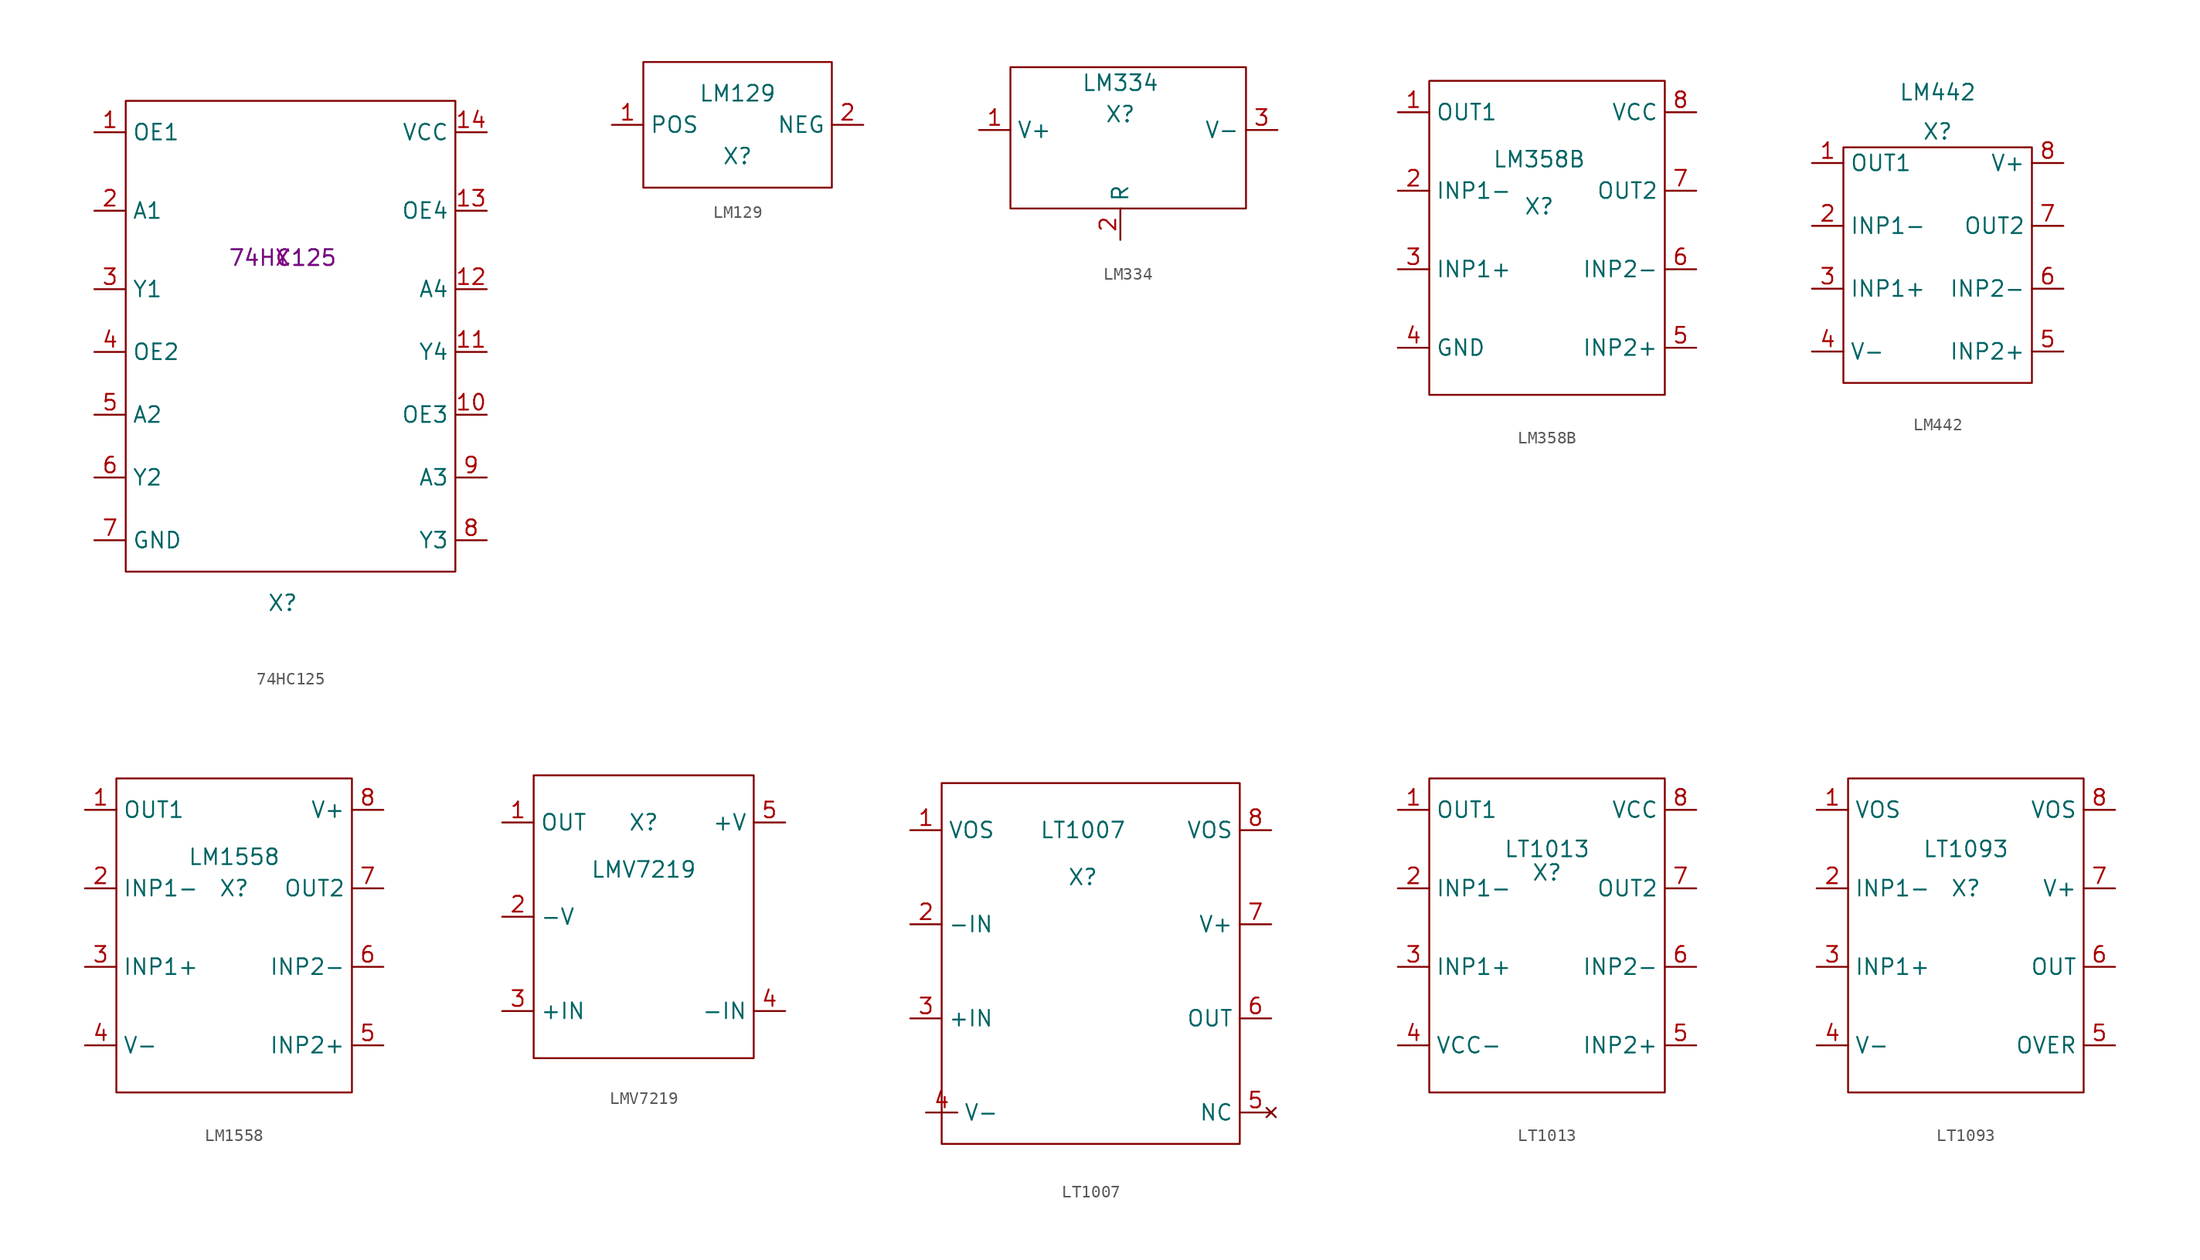
<source format=kicad_sym>
(kicad_symbol_lib
  (version 20211014)
  (generator kicad_symbol_editor)
  (symbol "74HC125"
    (property "Reference" "X"
      (at 0 -27.94 0)
      (effects (font (size 1.27 1.27))))
    (property "Value" "74HC125"
      (at 0 0 0)
      (effects (font (size 1.27 1.27))))
    (property "Spice_Primitive" "X"
      (at 0 0 0)
      (effects (font (size 1.27 1.27))))
    (property "Spice_Model" "74HC125"
      (at 0 0 0)
      (effects (font (size 1.27 1.27))))
    (property "Spice_Netlist_Enabled" "Y"
      (at 0 0 0)
      (effects (font (size 1.27 1.27))))
    (symbol "74HC125_0_1"
      (rectangle (start -12.7 12.7) (end 13.97 -25.4) (stroke (width 0) (type default) (color 0 0 0 0)) (fill (type none))))
    (symbol "74HC125_1_1"
      (pin passive line (at -15.24 10.16 0) (length 2.54) (name "OE1" (effects (font (size 1.27 1.27)))) (number "1" (effects (font (size 1.27 1.27)))))
      (pin passive line (at 16.51 -12.7 180) (length 2.54) (name "OE3" (effects (font (size 1.27 1.27)))) (number "10" (effects (font (size 1.27 1.27)))))
      (pin passive line (at 16.51 -7.62 180) (length 2.54) (name "Y4" (effects (font (size 1.27 1.27)))) (number "11" (effects (font (size 1.27 1.27)))))
      (pin passive line (at 16.51 -2.54 180) (length 2.54) (name "A4" (effects (font (size 1.27 1.27)))) (number "12" (effects (font (size 1.27 1.27)))))
      (pin passive line (at 16.51 3.81 180) (length 2.54) (name "OE4" (effects (font (size 1.27 1.27)))) (number "13" (effects (font (size 1.27 1.27)))))
      (pin power_in line (at 16.51 10.16 180) (length 2.54) (name "VCC" (effects (font (size 1.27 1.27)))) (number "14" (effects (font (size 1.27 1.27)))))
      (pin passive line (at -15.24 3.81 0) (length 2.54) (name "A1" (effects (font (size 1.27 1.27)))) (number "2" (effects (font (size 1.27 1.27)))))
      (pin passive line (at -15.24 -2.54 0) (length 2.54) (name "Y1" (effects (font (size 1.27 1.27)))) (number "3" (effects (font (size 1.27 1.27)))))
      (pin passive line (at -15.24 -7.62 0) (length 2.54) (name "OE2" (effects (font (size 1.27 1.27)))) (number "4" (effects (font (size 1.27 1.27)))))
      (pin passive line (at -15.24 -12.7 0) (length 2.54) (name "A2" (effects (font (size 1.27 1.27)))) (number "5" (effects (font (size 1.27 1.27)))))
      (pin passive line (at -15.24 -17.78 0) (length 2.54) (name "Y2" (effects (font (size 1.27 1.27)))) (number "6" (effects (font (size 1.27 1.27)))))
      (pin power_in line (at -15.24 -22.86 0) (length 2.54) (name "GND" (effects (font (size 1.27 1.27)))) (number "7" (effects (font (size 1.27 1.27)))))
      (pin passive line (at 16.51 -22.86 180) (length 2.54) (name "Y3" (effects (font (size 1.27 1.27)))) (number "8" (effects (font (size 1.27 1.27)))))
      (pin passive line (at 16.51 -17.78 180) (length 2.54) (name "A3" (effects (font (size 1.27 1.27)))) (number "9" (effects (font (size 1.27 1.27)))))))
  (symbol "LM129"
    (property "Reference" "X"
      (at 0 -2.54 0)
      (effects (font (size 1.27 1.27))))
    (property "Value" "LM129"
      (at 0 2.54 0)
      (effects (font (size 1.27 1.27))))
    (symbol "LM129_0_1"
      (rectangle (start -7.62 5.08) (end 7.62 -5.08) (stroke (width 0) (type default) (color 0 0 0 0)) (fill (type none))))
    (symbol "LM129_1_1"
      (pin passive line (at -10.16 0 0) (length 2.54) (name "POS" (effects (font (size 1.27 1.27)))) (number "1" (effects (font (size 1.27 1.27)))))
      (pin passive line (at 10.16 0 180) (length 2.54) (name "NEG" (effects (font (size 1.27 1.27)))) (number "2" (effects (font (size 1.27 1.27)))))))
  (symbol "LM334"
    (property "Reference" "X"
      (at 0 1.27 0)
      (effects (font (size 1.27 1.27))))
    (property "Value" "LM334"
      (at 0 3.81 0)
      (effects (font (size 1.27 1.27))))
    (symbol "LM334_0_1"
      (rectangle (start -8.89 5.08) (end 10.16 -6.35) (stroke (width 0) (type default) (color 0 0 0 0)) (fill (type none))))
    (symbol "LM334_1_1"
      (pin power_in line (at -11.43 0 0) (length 2.54) (name "V+" (effects (font (size 1.27 1.27)))) (number "1" (effects (font (size 1.27 1.27)))))
      (pin passive line (at 0 -8.89 90) (length 2.54) (name "R" (effects (font (size 1.27 1.27)))) (number "2" (effects (font (size 1.27 1.27)))))
      (pin passive line (at 12.7 0 180) (length 2.54) (name "V-" (effects (font (size 1.27 1.27)))) (number "3" (effects (font (size 1.27 1.27)))))))
  (symbol "LM358B"
    (property "Reference" "X"
      (at 0 -1.27 0)
      (effects (font (size 1.27 1.27))))
    (property "Value" "LM358B"
      (at 0 2.54 0)
      (effects (font (size 1.27 1.27))))
    (symbol "LM358B_0_1"
      (rectangle (start -8.89 8.89) (end 10.16 -16.51) (stroke (width 0) (type default) (color 0 0 0 0)) (fill (type none))))
    (symbol "LM358B_1_1"
      (pin output line (at -11.43 6.35 0) (length 2.54) (name "OUT1" (effects (font (size 1.27 1.27)))) (number "1" (effects (font (size 1.27 1.27)))))
      (pin passive line (at -11.43 0 0) (length 2.54) (name "INP1-" (effects (font (size 1.27 1.27)))) (number "2" (effects (font (size 1.27 1.27)))))
      (pin passive line (at -11.43 -6.35 0) (length 2.54) (name "INP1+" (effects (font (size 1.27 1.27)))) (number "3" (effects (font (size 1.27 1.27)))))
      (pin power_in line (at -11.43 -12.7 0) (length 2.54) (name "GND" (effects (font (size 1.27 1.27)))) (number "4" (effects (font (size 1.27 1.27)))))
      (pin passive line (at 12.7 -12.7 180) (length 2.54) (name "INP2+" (effects (font (size 1.27 1.27)))) (number "5" (effects (font (size 1.27 1.27)))))
      (pin passive line (at 12.7 -6.35 180) (length 2.54) (name "INP2-" (effects (font (size 1.27 1.27)))) (number "6" (effects (font (size 1.27 1.27)))))
      (pin output line (at 12.7 0 180) (length 2.54) (name "OUT2" (effects (font (size 1.27 1.27)))) (number "7" (effects (font (size 1.27 1.27)))))
      (pin power_in line (at 12.7 6.35 180) (length 2.54) (name "VCC" (effects (font (size 1.27 1.27)))) (number "8" (effects (font (size 1.27 1.27)))))))
  (symbol "LM442"
    (property "Reference" "X"
      (at 0 8.89 0)
      (effects (font (size 1.27 1.27))))
    (property "Value" "LM442"
      (at 0 12.065 0)
      (effects (font (size 1.27 1.27))))
    (symbol "LM442_0_1"
      (rectangle (start -7.62 7.62) (end 7.62 -11.43) (stroke (width 0) (type default) (color 0 0 0 0)) (fill (type none))))
    (symbol "LM442_1_1"
      (pin passive line (at -10.16 6.35 0) (length 2.54) (name "OUT1" (effects (font (size 1.27 1.27)))) (number "1" (effects (font (size 1.27 1.27)))))
      (pin passive line (at -10.16 1.27 0) (length 2.54) (name "INP1-" (effects (font (size 1.27 1.27)))) (number "2" (effects (font (size 1.27 1.27)))))
      (pin passive line (at -10.16 -3.81 0) (length 2.54) (name "INP1+" (effects (font (size 1.27 1.27)))) (number "3" (effects (font (size 1.27 1.27)))))
      (pin power_in line (at -10.16 -8.89 0) (length 2.54) (name "V-" (effects (font (size 1.27 1.27)))) (number "4" (effects (font (size 1.27 1.27)))))
      (pin passive line (at 10.16 -8.89 180) (length 2.54) (name "INP2+" (effects (font (size 1.27 1.27)))) (number "5" (effects (font (size 1.27 1.27)))))
      (pin passive line (at 10.16 -3.81 180) (length 2.54) (name "INP2-" (effects (font (size 1.27 1.27)))) (number "6" (effects (font (size 1.27 1.27)))))
      (pin passive line (at 10.16 1.27 180) (length 2.54) (name "OUT2" (effects (font (size 1.27 1.27)))) (number "7" (effects (font (size 1.27 1.27)))))
      (pin power_in line (at 10.16 6.35 180) (length 2.54) (name "V+" (effects (font (size 1.27 1.27)))) (number "8" (effects (font (size 1.27 1.27)))))))
  (symbol "LM1558"
    (property "Reference" "X"
      (at 0 -2.54 0)
      (effects (font (size 1.27 1.27))))
    (property "Value" "LM1558"
      (at 0 0 0)
      (effects (font (size 1.27 1.27))))
    (symbol "LM1558_0_1"
      (rectangle (start -9.525 6.35) (end 9.525 -19.05) (stroke (width 0) (type default) (color 0 0 0 0)) (fill (type none))))
    (symbol "LM1558_1_1"
      (pin passive line (at -12.065 3.81 0) (length 2.54) (name "OUT1" (effects (font (size 1.27 1.27)))) (number "1" (effects (font (size 1.27 1.27)))))
      (pin passive line (at -12.065 -2.54 0) (length 2.54) (name "INP1-" (effects (font (size 1.27 1.27)))) (number "2" (effects (font (size 1.27 1.27)))))
      (pin passive line (at -12.065 -8.89 0) (length 2.54) (name "INP1+" (effects (font (size 1.27 1.27)))) (number "3" (effects (font (size 1.27 1.27)))))
      (pin power_in line (at -12.065 -15.24 0) (length 2.54) (name "V-" (effects (font (size 1.27 1.27)))) (number "4" (effects (font (size 1.27 1.27)))))
      (pin passive line (at 12.065 -15.24 180) (length 2.54) (name "INP2+" (effects (font (size 1.27 1.27)))) (number "5" (effects (font (size 1.27 1.27)))))
      (pin passive line (at 12.065 -8.89 180) (length 2.54) (name "INP2-" (effects (font (size 1.27 1.27)))) (number "6" (effects (font (size 1.27 1.27)))))
      (pin passive line (at 12.065 -2.54 180) (length 2.54) (name "OUT2" (effects (font (size 1.27 1.27)))) (number "7" (effects (font (size 1.27 1.27)))))
      (pin power_in line (at 12.065 3.81 180) (length 2.54) (name "V+" (effects (font (size 1.27 1.27)))) (number "8" (effects (font (size 1.27 1.27)))))))
  (symbol "LMV7219"
    (property "Reference" "X"
      (at 0 3.81 0)
      (effects (font (size 1.27 1.27))))
    (property "Value" "LMV7219"
      (at 0 0 0)
      (effects (font (size 1.27 1.27))))
    (symbol "LMV7219_0_1"
      (rectangle (start -8.89 7.62) (end 8.89 -15.24) (stroke (width 0) (type default) (color 0 0 0 0)) (fill (type none))))
    (symbol "LMV7219_1_1"
      (pin output line (at -11.43 3.81 0) (length 2.54) (name "OUT" (effects (font (size 1.27 1.27)))) (number "1" (effects (font (size 1.27 1.27)))))
      (pin power_in line (at -11.43 -3.81 0) (length 2.54) (name "-V" (effects (font (size 1.27 1.27)))) (number "2" (effects (font (size 1.27 1.27)))))
      (pin input line (at -11.43 -11.43 0) (length 2.54) (name "+IN" (effects (font (size 1.27 1.27)))) (number "3" (effects (font (size 1.27 1.27)))))
      (pin input line (at 11.43 -11.43 180) (length 2.54) (name "-IN" (effects (font (size 1.27 1.27)))) (number "4" (effects (font (size 1.27 1.27)))))
      (pin power_in line (at 11.43 3.81 180) (length 2.54) (name "+V" (effects (font (size 1.27 1.27)))) (number "5" (effects (font (size 1.27 1.27)))))))
  (symbol "LT1007"
    (property "Reference" "X"
      (at 0 5.08 0)
      (effects (font (size 1.27 1.27))))
    (property "Value" "LT1007"
      (at 0 8.89 0)
      (effects (font (size 1.27 1.27))))
    (symbol "LT1007_0_1"
      (rectangle (start -11.43 12.7) (end 12.7 -16.51) (stroke (width 0) (type default) (color 0 0 0 0)) (fill (type none))))
    (symbol "LT1007_1_1"
      (pin passive line (at -13.97 8.89 0) (length 2.54) (name "VOS" (effects (font (size 1.27 1.27)))) (number "1" (effects (font (size 1.27 1.27)))))
      (pin passive line (at -13.97 1.27 0) (length 2.54) (name "-IN" (effects (font (size 1.27 1.27)))) (number "2" (effects (font (size 1.27 1.27)))))
      (pin passive line (at -13.97 -6.35 0) (length 2.54) (name "+IN" (effects (font (size 1.27 1.27)))) (number "3" (effects (font (size 1.27 1.27)))))
      (pin power_in line (at -12.7 -13.97 0) (length 2.54) (name "V-" (effects (font (size 1.27 1.27)))) (number "4" (effects (font (size 1.27 1.27)))))
      (pin no_connect line (at 15.24 -13.97 180) (length 2.54) (name "NC" (effects (font (size 1.27 1.27)))) (number "5" (effects (font (size 1.27 1.27)))))
      (pin passive line (at 15.24 -6.35 180) (length 2.54) (name "OUT" (effects (font (size 1.27 1.27)))) (number "6" (effects (font (size 1.27 1.27)))))
      (pin power_in line (at 15.24 1.27 180) (length 2.54) (name "V+" (effects (font (size 1.27 1.27)))) (number "7" (effects (font (size 1.27 1.27)))))
      (pin passive line (at 15.24 8.89 180) (length 2.54) (name "VOS" (effects (font (size 1.27 1.27)))) (number "8" (effects (font (size 1.27 1.27)))))))
  (symbol "LT1013"
    (property "Reference" "X"
      (at 0 -1.905 0)
      (effects (font (size 1.27 1.27))))
    (property "Value" "LT1013"
      (at 0 0 0)
      (effects (font (size 1.27 1.27))))
    (symbol "LT1013_0_1"
      (rectangle (start -9.525 5.715) (end 9.525 -19.685) (stroke (width 0) (type default) (color 0 0 0 0)) (fill (type none))))
    (symbol "LT1013_1_1"
      (pin output line (at -12.065 3.175 0) (length 2.54) (name "OUT1" (effects (font (size 1.27 1.27)))) (number "1" (effects (font (size 1.27 1.27)))))
      (pin passive line (at -12.065 -3.175 0) (length 2.54) (name "INP1-" (effects (font (size 1.27 1.27)))) (number "2" (effects (font (size 1.27 1.27)))))
      (pin passive line (at -12.065 -9.525 0) (length 2.54) (name "INP1+" (effects (font (size 1.27 1.27)))) (number "3" (effects (font (size 1.27 1.27)))))
      (pin power_in line (at -12.065 -15.875 0) (length 2.54) (name "VCC-" (effects (font (size 1.27 1.27)))) (number "4" (effects (font (size 1.27 1.27)))))
      (pin passive line (at 12.065 -15.875 180) (length 2.54) (name "INP2+" (effects (font (size 1.27 1.27)))) (number "5" (effects (font (size 1.27 1.27)))))
      (pin passive line (at 12.065 -9.525 180) (length 2.54) (name "INP2-" (effects (font (size 1.27 1.27)))) (number "6" (effects (font (size 1.27 1.27)))))
      (pin output line (at 12.065 -3.175 180) (length 2.54) (name "OUT2" (effects (font (size 1.27 1.27)))) (number "7" (effects (font (size 1.27 1.27)))))
      (pin power_in line (at 12.065 3.175 180) (length 2.54) (name "VCC" (effects (font (size 1.27 1.27)))) (number "8" (effects (font (size 1.27 1.27)))))))
  (symbol "LT1093"
    (property "Reference" "X"
      (at 0 -3.175 0)
      (effects (font (size 1.27 1.27))))
    (property "Value" "LT1093"
      (at 0 0 0)
      (effects (font (size 1.27 1.27))))
    (symbol "LT1093_0_1"
      (rectangle (start -9.525 5.715) (end 9.525 -19.685) (stroke (width 0) (type default) (color 0 0 0 0)) (fill (type none))))
    (symbol "LT1093_1_1"
      (pin passive line (at -12.065 3.175 0) (length 2.54) (name "VOS" (effects (font (size 1.27 1.27)))) (number "1" (effects (font (size 1.27 1.27)))))
      (pin passive line (at -12.065 -3.175 0) (length 2.54) (name "INP1-" (effects (font (size 1.27 1.27)))) (number "2" (effects (font (size 1.27 1.27)))))
      (pin passive line (at -12.065 -9.525 0) (length 2.54) (name "INP1+" (effects (font (size 1.27 1.27)))) (number "3" (effects (font (size 1.27 1.27)))))
      (pin power_in line (at -12.065 -15.875 0) (length 2.54) (name "V-" (effects (font (size 1.27 1.27)))) (number "4" (effects (font (size 1.27 1.27)))))
      (pin passive line (at 12.065 -15.875 180) (length 2.54) (name "OVER" (effects (font (size 1.27 1.27)))) (number "5" (effects (font (size 1.27 1.27)))))
      (pin passive line (at 12.065 -9.525 180) (length 2.54) (name "OUT" (effects (font (size 1.27 1.27)))) (number "6" (effects (font (size 1.27 1.27)))))
      (pin power_in line (at 12.065 -3.175 180) (length 2.54) (name "V+" (effects (font (size 1.27 1.27)))) (number "7" (effects (font (size 1.27 1.27)))))
      (pin passive line (at 12.065 3.175 180) (length 2.54) (name "VOS" (effects (font (size 1.27 1.27)))) (number "8" (effects (font (size 1.27 1.27))))))))
</source>
